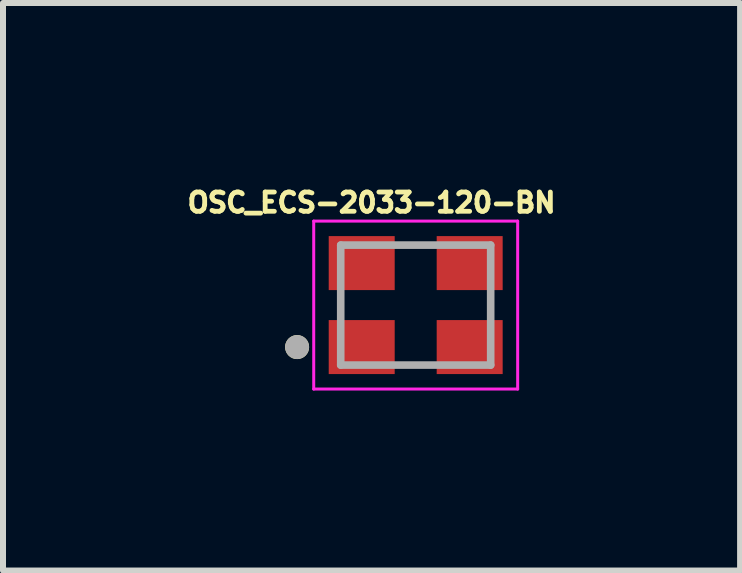
<source format=kicad_pcb>
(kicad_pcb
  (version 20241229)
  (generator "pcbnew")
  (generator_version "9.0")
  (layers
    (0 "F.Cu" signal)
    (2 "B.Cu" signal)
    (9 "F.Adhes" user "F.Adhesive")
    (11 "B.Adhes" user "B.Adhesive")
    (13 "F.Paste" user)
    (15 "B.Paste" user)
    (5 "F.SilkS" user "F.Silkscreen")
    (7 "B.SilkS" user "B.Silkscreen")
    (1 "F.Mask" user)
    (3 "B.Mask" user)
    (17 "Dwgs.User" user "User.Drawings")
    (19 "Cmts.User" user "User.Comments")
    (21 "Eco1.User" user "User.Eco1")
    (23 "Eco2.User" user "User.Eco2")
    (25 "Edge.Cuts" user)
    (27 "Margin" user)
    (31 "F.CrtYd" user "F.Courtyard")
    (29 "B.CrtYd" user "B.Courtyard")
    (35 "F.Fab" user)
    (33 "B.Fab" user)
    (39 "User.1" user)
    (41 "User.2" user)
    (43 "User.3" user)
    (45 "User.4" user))
  (footprint "OSC_ECS-2033-120-BN"
    (layer "F.Cu")
    (at 3.88 2.036)
    (property "Reference" "OSC_ECS-2033-120-BN" (at -0.736 -1.708 0) (layer "F.SilkS") (effects (font (size 0.321 0.321) (thickness 0.15))))
    (attr smd)
    (fp_circle (center -1.977 0.7) (end -1.877 0.7) (stroke (width 0.2) (type solid)) (fill no) (layer "F.SilkS"))
    (fp_line (start -1.7 -1.4) (end 1.7 -1.4) (stroke (width 0.05) (type solid)) (layer "F.CrtYd"))
    (fp_line (start -1.7 1.4) (end -1.7 -1.4) (stroke (width 0.05) (type solid)) (layer "F.CrtYd"))
    (fp_line (start 1.7 -1.4) (end 1.7 1.4) (stroke (width 0.05) (type solid)) (layer "F.CrtYd"))
    (fp_line (start 1.7 1.4) (end -1.7 1.4) (stroke (width 0.05) (type solid)) (layer "F.CrtYd"))
    (fp_line (start -1.25 -1) (end 1.25 -1) (stroke (width 0.127) (type solid)) (layer "F.Fab"))
    (fp_line (start -1.25 1) (end -1.25 -1) (stroke (width 0.127) (type solid)) (layer "F.Fab"))
    (fp_line (start 1.25 -1) (end 1.25 1) (stroke (width 0.127) (type solid)) (layer "F.Fab"))
    (fp_line (start 1.25 1) (end -1.25 1) (stroke (width 0.127) (type solid)) (layer "F.Fab"))
    (fp_circle (center -1.977 0.7) (end -1.877 0.7) (stroke (width 0.2) (type solid)) (fill no) (layer "F.Fab"))
    (pad "1" smd rect (at -0.9 0.7 180) (size 1.1 0.9) (layers "F.Cu" "F.Mask" "F.Paste"))
    (pad "2" smd rect (at 0.9 0.7 180) (size 1.1 0.9) (layers "F.Cu" "F.Mask" "F.Paste"))
    (pad "3" smd rect (at 0.9 -0.7 180) (size 1.1 0.9) (layers "F.Cu" "F.Mask" "F.Paste"))
    (pad "4" smd rect (at -0.9 -0.7 180) (size 1.1 0.9) (layers "F.Cu" "F.Mask" "F.Paste")))
  (gr_rect
    (start -3 -3)
    (end 9.288 6.461)
    (stroke (width 0.1) (type default))
    (fill no)
    (layer "Edge.Cuts")))
</source>
